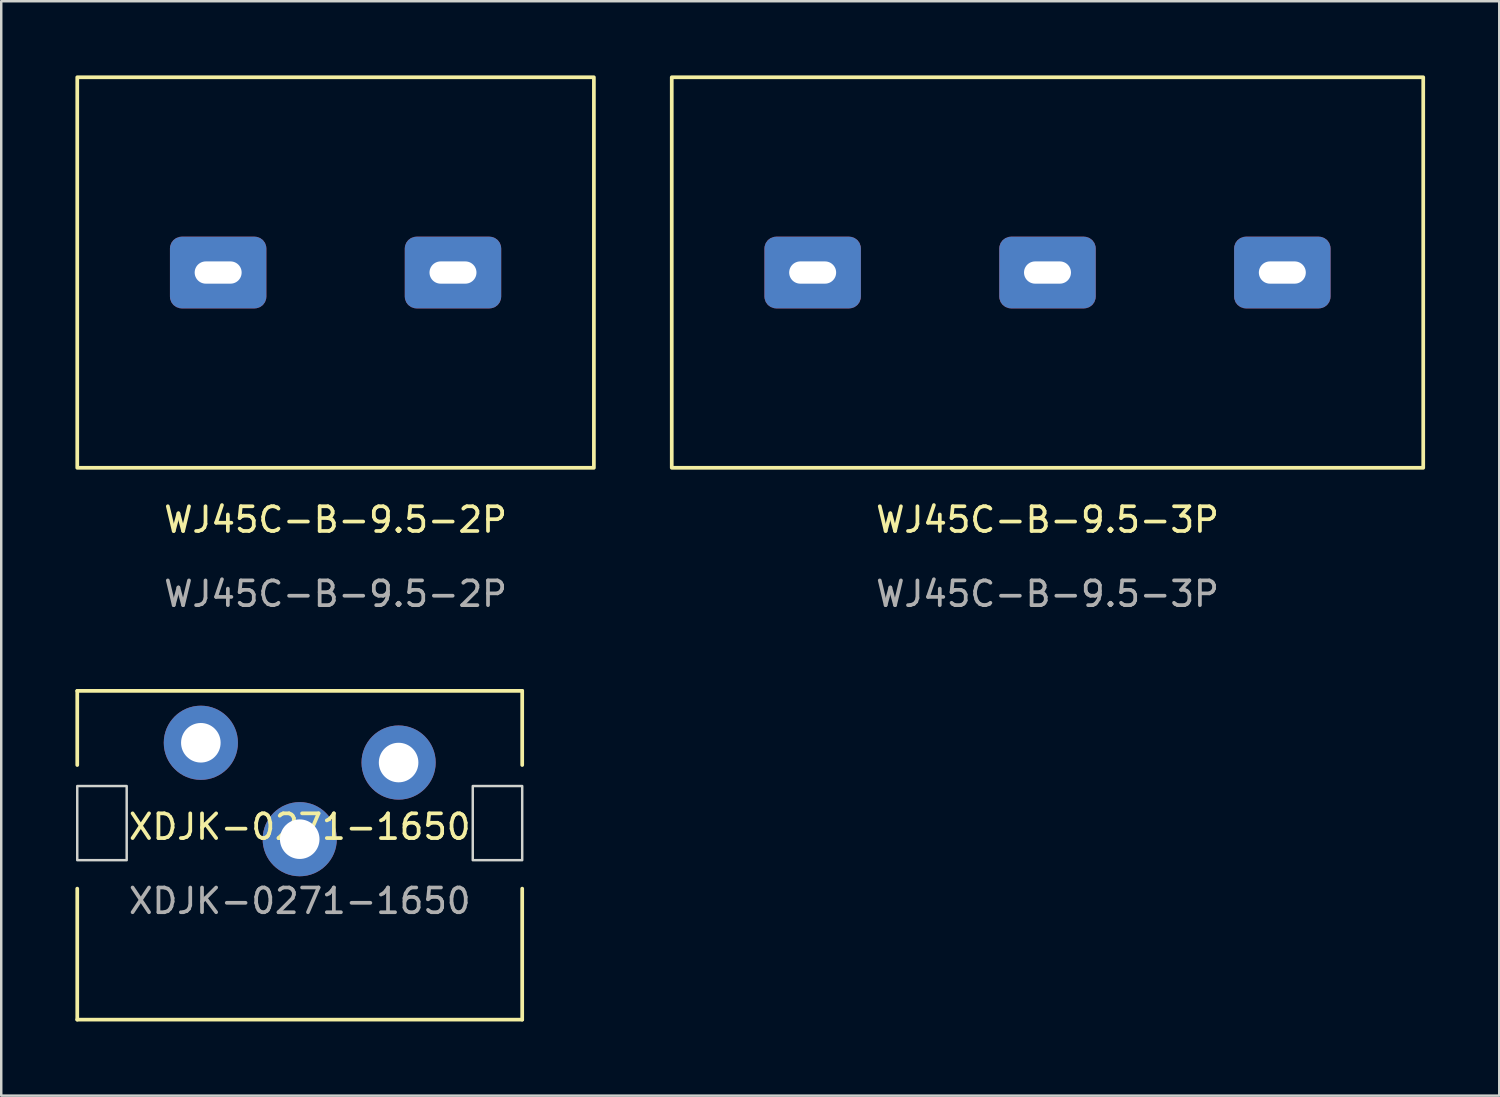
<source format=kicad_pcb>
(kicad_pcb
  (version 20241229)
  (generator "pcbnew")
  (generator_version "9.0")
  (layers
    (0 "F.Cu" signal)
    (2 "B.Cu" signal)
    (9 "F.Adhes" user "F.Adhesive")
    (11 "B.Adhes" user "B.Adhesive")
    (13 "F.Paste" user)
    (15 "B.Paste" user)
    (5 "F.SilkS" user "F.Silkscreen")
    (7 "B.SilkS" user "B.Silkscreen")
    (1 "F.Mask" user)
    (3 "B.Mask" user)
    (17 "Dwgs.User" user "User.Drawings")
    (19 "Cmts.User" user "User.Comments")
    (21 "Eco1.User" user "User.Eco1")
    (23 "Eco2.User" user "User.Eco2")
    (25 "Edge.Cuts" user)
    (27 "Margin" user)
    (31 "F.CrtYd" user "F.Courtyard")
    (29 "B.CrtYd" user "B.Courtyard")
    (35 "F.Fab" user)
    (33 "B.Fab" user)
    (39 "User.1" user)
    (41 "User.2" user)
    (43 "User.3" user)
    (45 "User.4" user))
  (footprint "WJ45C-B-9.5-2P"
    (layer "F.Cu")
    (at 10.525 7.975)
    (property "Reference" "WJ45C-B-9.5-2P" (at 0 10 0) (unlocked yes) (layer "F.SilkS") (effects (font (size 1 1) (thickness 0.15))))
    (attr through_hole)
    (fp_rect (start -10.45 -7.9) (end 10.45 7.9) (stroke (width 0.15) (type default)) (fill no) (layer "F.SilkS"))
    (fp_text user "${REFERENCE}" (at 0 13 0) (unlocked yes) (layer "F.Fab") (effects (font (size 1 1) (thickness 0.15))))
    (pad "1" thru_hole roundrect (at -4.75 0) (size 3.9 2.9) (drill oval 1.9 0.9) (layers "*.Cu" "*.Mask") (roundrect_rratio 0.164))
    (pad "2" thru_hole roundrect (at 4.75 0) (size 3.9 2.9) (drill oval 1.9 0.9) (layers "*.Cu" "*.Mask") (roundrect_rratio 0.164)))
  (footprint "WJ45C-B-9.5-3P"
    (layer "F.Cu")
    (at 39.325 7.975)
    (property "Reference" "WJ45C-B-9.5-3P" (at 0 10 0) (unlocked yes) (layer "F.SilkS") (effects (font (size 1 1) (thickness 0.15))))
    (attr through_hole)
    (fp_rect (start -15.2 -7.9) (end 15.2 7.9) (stroke (width 0.15) (type default)) (fill no) (layer "F.SilkS"))
    (fp_text user "${REFERENCE}" (at 0 13 0) (unlocked yes) (layer "F.Fab") (effects (font (size 1 1) (thickness 0.15))))
    (pad "1" thru_hole roundrect (at -9.5 0) (size 3.9 2.9) (drill oval 1.9 0.9) (layers "*.Cu" "*.Mask") (roundrect_rratio 0.164))
    (pad "2" thru_hole roundrect (at 0 0) (size 3.9 2.9) (drill oval 1.9 0.9) (layers "*.Cu" "*.Mask") (roundrect_rratio 0.164))
    (pad "3" thru_hole roundrect (at 9.5 0) (size 3.9 2.9) (drill oval 1.9 0.9) (layers "*.Cu" "*.Mask") (roundrect_rratio 0.164)))
  (footprint "XDJK-0271-1650"
    (layer "F.Cu")
    (at 9.075 30.898)
    (property "Reference" "XDJK-0271-1650" (at 0 -0.5 0) (unlocked yes) (layer "F.SilkS") (effects (font (size 1 1) (thickness 0.15))))
    (fp_line (start -9 -6) (end -9 -3) (stroke (width 0.15) (type default)) (layer "F.SilkS"))
    (fp_line (start -9 2) (end -9 7.3) (stroke (width 0.15) (type solid)) (layer "F.SilkS"))
    (fp_line (start -9 7.3) (end 9 7.3) (stroke (width 0.15) (type solid)) (layer "F.SilkS"))
    (fp_line (start 9 -6) (end -9 -6) (stroke (width 0.15) (type default)) (layer "F.SilkS"))
    (fp_line (start 9 -3) (end 9 -6) (stroke (width 0.15) (type default)) (layer "F.SilkS"))
    (fp_line (start 9 2) (end 9 7.3) (stroke (width 0.15) (type solid)) (layer "F.SilkS"))
    (fp_rect (start -7 0.85) (end -9 -2.15) (stroke (width 0.1) (type solid)) (fill no) (layer "Edge.Cuts"))
    (fp_rect (start 7 0.85) (end 9 -2.15) (stroke (width 0.1) (type solid)) (fill no) (layer "Edge.Cuts"))
    (fp_text user "${REFERENCE}" (at 0 2.5 0) (unlocked yes) (layer "F.Fab") (effects (font (size 1 1) (thickness 0.15))))
    (pad "C" thru_hole circle (at 0 0) (size 3 3) (drill 1.6) (layers "*.Cu" "*.Mask"))
    (pad "L" thru_hole circle (at 4 -3.1) (size 3 3) (drill 1.6) (layers "*.Cu" "*.Mask"))
    (pad "R" thru_hole circle (at -4 -3.9) (size 3 3) (drill 1.6) (layers "*.Cu" "*.Mask")))
  (gr_rect
    (start -3 -3)
    (end 57.6 41.273)
    (stroke (width 0.1) (type default))
    (fill no)
    (layer "Edge.Cuts")))
</source>
